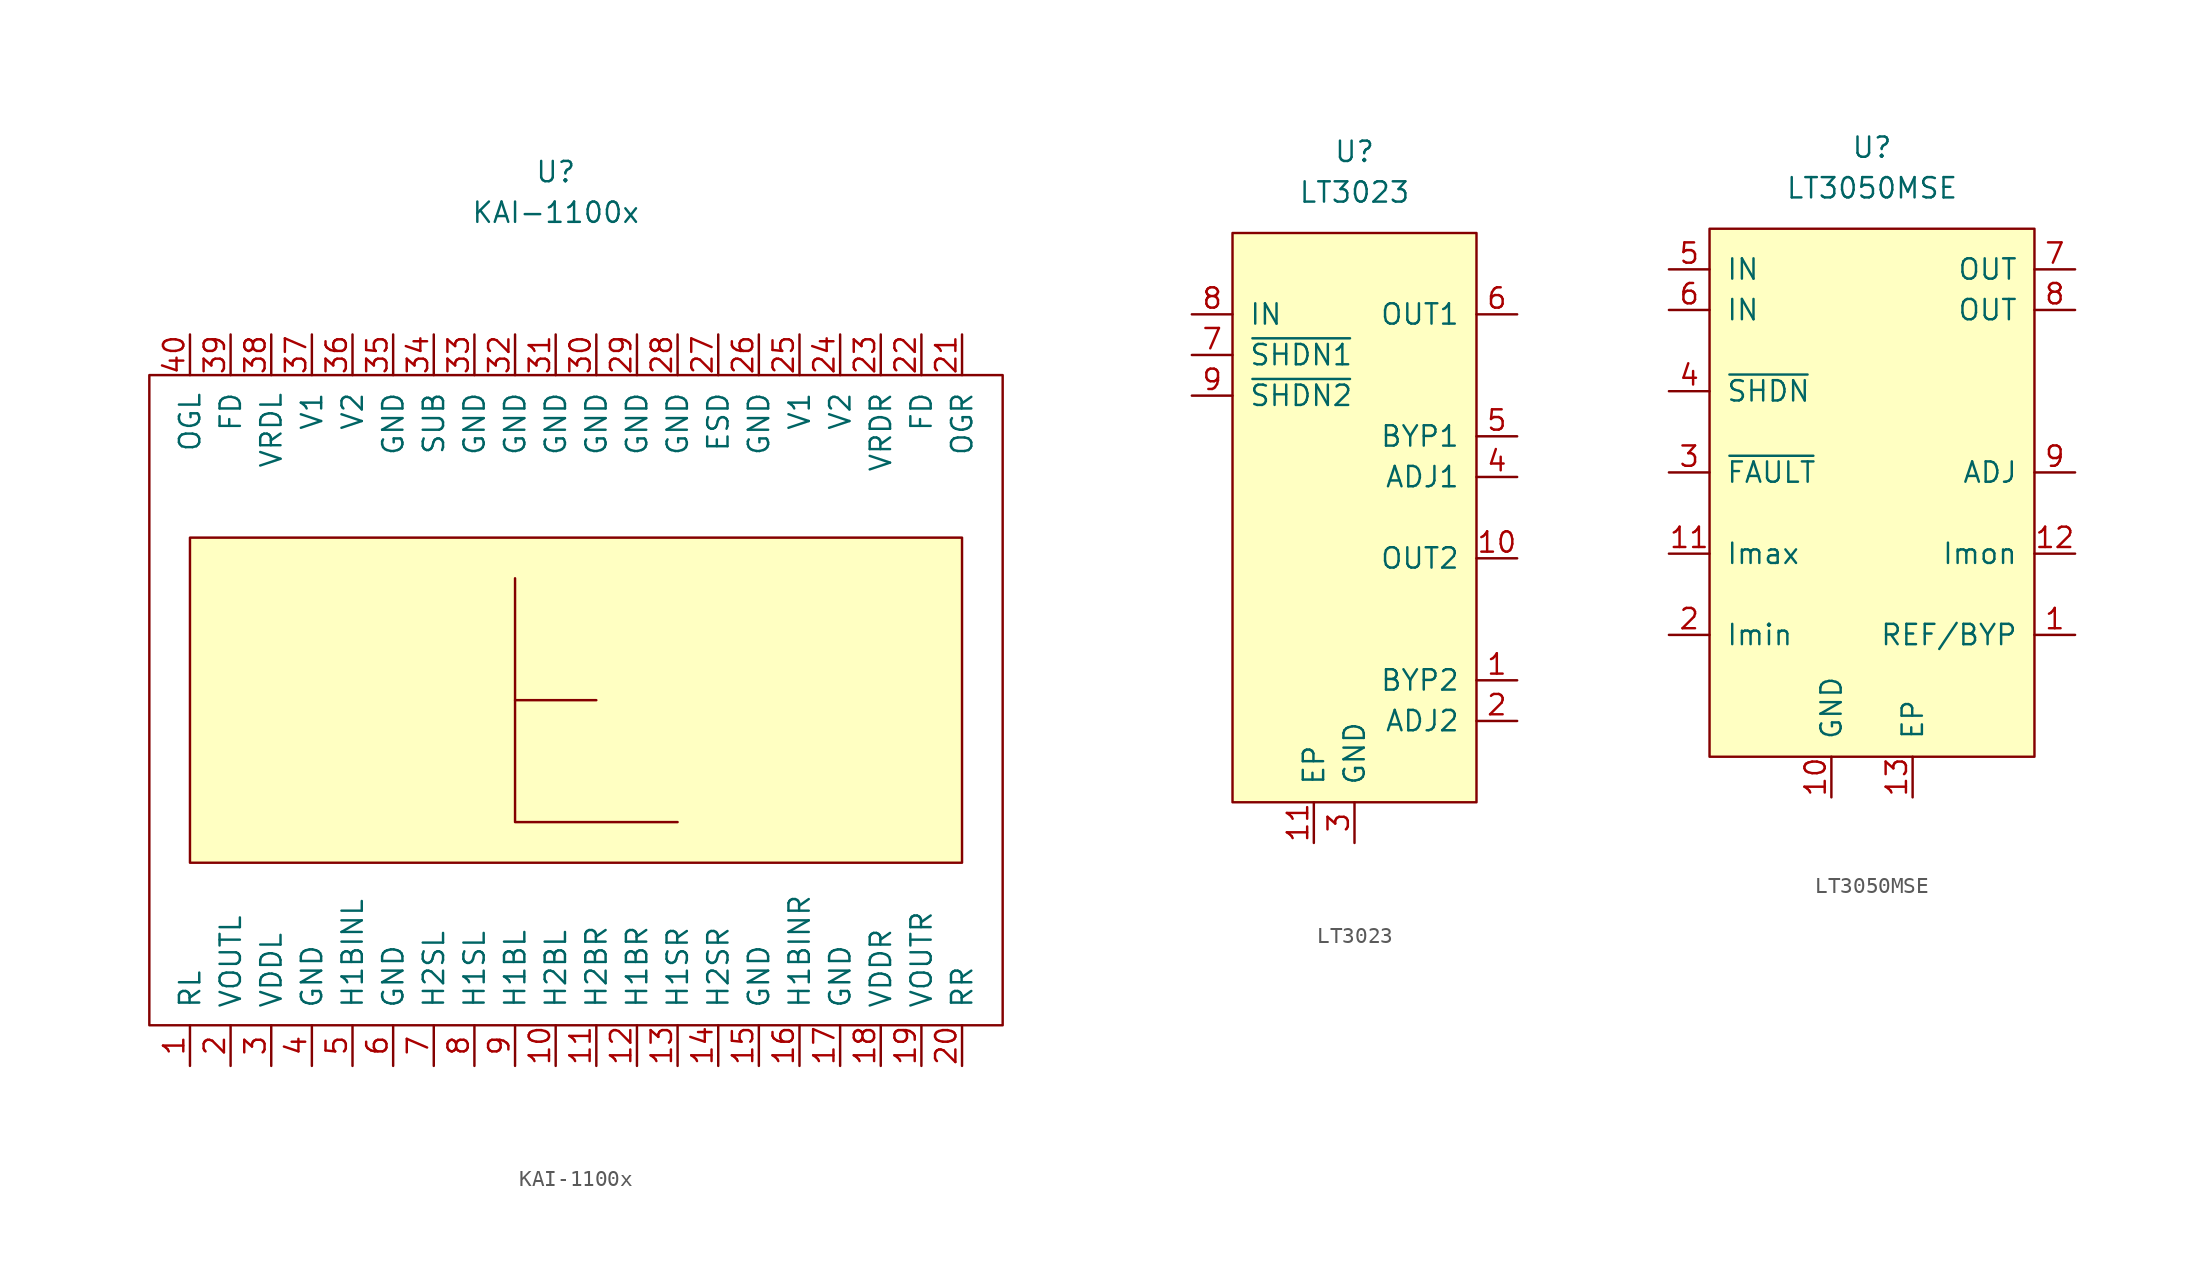
<source format=kicad_sym>
(kicad_symbol_lib
  (version 20210619)
  (generator kicad_symbol_editor)
  (symbol "symbols:KAI-1100x"
    (pin_names
      (offset 1.016))
    (property "Reference" "U"
      (at 0 0 0)
      (effects (font (size 1.27 1.27))))
    (property "Value" "KAI-1100x"
      (at 0 -2.54 0)
      (effects (font (size 1.27 1.27))))
    (symbol "KAI-1100x_0_1"
      (rectangle (start 27.94 -53.34) (end -25.4 -12.7) (stroke (width 0)) (fill (type none)))
      (rectangle (start -22.86 -22.86) (end 25.4 -43.18) (stroke (width 0)) (fill (type background)))
      (polyline (pts (xy 2.54 -33.02) (xy -2.54 -33.02)) (stroke (width 0)) (fill (type background)))
      (polyline (pts (xy 7.62 -40.64) (xy -2.54 -40.64) (xy -2.54 -25.4)) (stroke (width 0)) (fill (type background))))
    (symbol "KAI-1100x_1_1"
      (pin input line (at -22.86 -55.88 90) (length 2.54) (name "RL" (effects (font (size 1.27 1.27)))) (number "1" (effects (font (size 1.27 1.27)))))
      (pin input line (at 0 -55.88 90) (length 2.54) (name "H2BL" (effects (font (size 1.27 1.27)))) (number "10" (effects (font (size 1.27 1.27)))))
      (pin input line (at 2.54 -55.88 90) (length 2.54) (name "H2BR" (effects (font (size 1.27 1.27)))) (number "11" (effects (font (size 1.27 1.27)))))
      (pin input line (at 5.08 -55.88 90) (length 2.54) (name "H1BR" (effects (font (size 1.27 1.27)))) (number "12" (effects (font (size 1.27 1.27)))))
      (pin input line (at 7.62 -55.88 90) (length 2.54) (name "H1SR" (effects (font (size 1.27 1.27)))) (number "13" (effects (font (size 1.27 1.27)))))
      (pin input line (at 10.16 -55.88 90) (length 2.54) (name "H2SR" (effects (font (size 1.27 1.27)))) (number "14" (effects (font (size 1.27 1.27)))))
      (pin input line (at 12.7 -55.88 90) (length 2.54) (name "GND" (effects (font (size 1.27 1.27)))) (number "15" (effects (font (size 1.27 1.27)))))
      (pin input line (at 15.24 -55.88 90) (length 2.54) (name "H1BINR" (effects (font (size 1.27 1.27)))) (number "16" (effects (font (size 1.27 1.27)))))
      (pin input line (at 17.78 -55.88 90) (length 2.54) (name "GND" (effects (font (size 1.27 1.27)))) (number "17" (effects (font (size 1.27 1.27)))))
      (pin input line (at 20.32 -55.88 90) (length 2.54) (name "VDDR" (effects (font (size 1.27 1.27)))) (number "18" (effects (font (size 1.27 1.27)))))
      (pin input line (at 22.86 -55.88 90) (length 2.54) (name "VOUTR" (effects (font (size 1.27 1.27)))) (number "19" (effects (font (size 1.27 1.27)))))
      (pin input line (at -20.32 -55.88 90) (length 2.54) (name "VOUTL" (effects (font (size 1.27 1.27)))) (number "2" (effects (font (size 1.27 1.27)))))
      (pin input line (at 25.4 -55.88 90) (length 2.54) (name "RR" (effects (font (size 1.27 1.27)))) (number "20" (effects (font (size 1.27 1.27)))))
      (pin input line (at 25.4 -10.16 270) (length 2.54) (name "OGR" (effects (font (size 1.27 1.27)))) (number "21" (effects (font (size 1.27 1.27)))))
      (pin input line (at 22.86 -10.16 270) (length 2.54) (name "FD" (effects (font (size 1.27 1.27)))) (number "22" (effects (font (size 1.27 1.27)))))
      (pin input line (at 20.32 -10.16 270) (length 2.54) (name "VRDR" (effects (font (size 1.27 1.27)))) (number "23" (effects (font (size 1.27 1.27)))))
      (pin input line (at 17.78 -10.16 270) (length 2.54) (name "V2" (effects (font (size 1.27 1.27)))) (number "24" (effects (font (size 1.27 1.27)))))
      (pin input line (at 15.24 -10.16 270) (length 2.54) (name "V1" (effects (font (size 1.27 1.27)))) (number "25" (effects (font (size 1.27 1.27)))))
      (pin input line (at 12.7 -10.16 270) (length 2.54) (name "GND" (effects (font (size 1.27 1.27)))) (number "26" (effects (font (size 1.27 1.27)))))
      (pin input line (at 10.16 -10.16 270) (length 2.54) (name "ESD" (effects (font (size 1.27 1.27)))) (number "27" (effects (font (size 1.27 1.27)))))
      (pin input line (at 7.62 -10.16 270) (length 2.54) (name "GND" (effects (font (size 1.27 1.27)))) (number "28" (effects (font (size 1.27 1.27)))))
      (pin input line (at 5.08 -10.16 270) (length 2.54) (name "GND" (effects (font (size 1.27 1.27)))) (number "29" (effects (font (size 1.27 1.27)))))
      (pin input line (at -17.78 -55.88 90) (length 2.54) (name "VDDL" (effects (font (size 1.27 1.27)))) (number "3" (effects (font (size 1.27 1.27)))))
      (pin input line (at 2.54 -10.16 270) (length 2.54) (name "GND" (effects (font (size 1.27 1.27)))) (number "30" (effects (font (size 1.27 1.27)))))
      (pin input line (at 0 -10.16 270) (length 2.54) (name "GND" (effects (font (size 1.27 1.27)))) (number "31" (effects (font (size 1.27 1.27)))))
      (pin input line (at -2.54 -10.16 270) (length 2.54) (name "GND" (effects (font (size 1.27 1.27)))) (number "32" (effects (font (size 1.27 1.27)))))
      (pin input line (at -5.08 -10.16 270) (length 2.54) (name "GND" (effects (font (size 1.27 1.27)))) (number "33" (effects (font (size 1.27 1.27)))))
      (pin input line (at -7.62 -10.16 270) (length 2.54) (name "SUB" (effects (font (size 1.27 1.27)))) (number "34" (effects (font (size 1.27 1.27)))))
      (pin input line (at -10.16 -10.16 270) (length 2.54) (name "GND" (effects (font (size 1.27 1.27)))) (number "35" (effects (font (size 1.27 1.27)))))
      (pin input line (at -12.7 -10.16 270) (length 2.54) (name "V2" (effects (font (size 1.27 1.27)))) (number "36" (effects (font (size 1.27 1.27)))))
      (pin input line (at -15.24 -10.16 270) (length 2.54) (name "V1" (effects (font (size 1.27 1.27)))) (number "37" (effects (font (size 1.27 1.27)))))
      (pin input line (at -17.78 -10.16 270) (length 2.54) (name "VRDL" (effects (font (size 1.27 1.27)))) (number "38" (effects (font (size 1.27 1.27)))))
      (pin input line (at -20.32 -10.16 270) (length 2.54) (name "FD" (effects (font (size 1.27 1.27)))) (number "39" (effects (font (size 1.27 1.27)))))
      (pin input line (at -15.24 -55.88 90) (length 2.54) (name "GND" (effects (font (size 1.27 1.27)))) (number "4" (effects (font (size 1.27 1.27)))))
      (pin input line (at -22.86 -10.16 270) (length 2.54) (name "OGL" (effects (font (size 1.27 1.27)))) (number "40" (effects (font (size 1.27 1.27)))))
      (pin input line (at -12.7 -55.88 90) (length 2.54) (name "H1BINL" (effects (font (size 1.27 1.27)))) (number "5" (effects (font (size 1.27 1.27)))))
      (pin input line (at -10.16 -55.88 90) (length 2.54) (name "GND" (effects (font (size 1.27 1.27)))) (number "6" (effects (font (size 1.27 1.27)))))
      (pin input line (at -7.62 -55.88 90) (length 2.54) (name "H2SL" (effects (font (size 1.27 1.27)))) (number "7" (effects (font (size 1.27 1.27)))))
      (pin input line (at -5.08 -55.88 90) (length 2.54) (name "H1SL" (effects (font (size 1.27 1.27)))) (number "8" (effects (font (size 1.27 1.27)))))
      (pin input line (at -2.54 -55.88 90) (length 2.54) (name "H1BL" (effects (font (size 1.27 1.27)))) (number "9" (effects (font (size 1.27 1.27)))))))
  (symbol "symbols:LT3023"
    (pin_names
      (offset 1.016))
    (property "Reference" "U"
      (at 0 0 0)
      (effects (font (size 1.27 1.27))))
    (property "Value" "LT3023"
      (at 0 -2.54 0)
      (effects (font (size 1.27 1.27))))
    (symbol "LT3023_0_1"
      (rectangle (start -7.62 -5.08) (end 7.62 -40.64) (stroke (width 0)) (fill (type background))))
    (symbol "LT3023_1_1"
      (pin input line (at 10.16 -33.02 180) (length 2.54) (name "BYP2" (effects (font (size 1.27 1.27)))) (number "1" (effects (font (size 1.27 1.27)))))
      (pin power_out line (at 10.16 -25.4 180) (length 2.54) (name "OUT2" (effects (font (size 1.27 1.27)))) (number "10" (effects (font (size 1.27 1.27)))))
      (pin power_in line (at -2.54 -43.18 90) (length 2.54) (name "EP" (effects (font (size 1.27 1.27)))) (number "11" (effects (font (size 1.27 1.27)))))
      (pin input line (at 10.16 -35.56 180) (length 2.54) (name "ADJ2" (effects (font (size 1.27 1.27)))) (number "2" (effects (font (size 1.27 1.27)))))
      (pin power_in line (at 0 -43.18 90) (length 2.54) (name "GND" (effects (font (size 1.27 1.27)))) (number "3" (effects (font (size 1.27 1.27)))))
      (pin input line (at 10.16 -20.32 180) (length 2.54) (name "ADJ1" (effects (font (size 1.27 1.27)))) (number "4" (effects (font (size 1.27 1.27)))))
      (pin input line (at 10.16 -17.78 180) (length 2.54) (name "BYP1" (effects (font (size 1.27 1.27)))) (number "5" (effects (font (size 1.27 1.27)))))
      (pin power_out line (at 10.16 -10.16 180) (length 2.54) (name "OUT1" (effects (font (size 1.27 1.27)))) (number "6" (effects (font (size 1.27 1.27)))))
      (pin input line (at -10.16 -12.7 0) (length 2.54) (name "~{SHDN1}" (effects (font (size 1.27 1.27)))) (number "7" (effects (font (size 1.27 1.27)))))
      (pin power_in line (at -10.16 -10.16 0) (length 2.54) (name "IN" (effects (font (size 1.27 1.27)))) (number "8" (effects (font (size 1.27 1.27)))))
      (pin input line (at -10.16 -15.24 0) (length 2.54) (name "~{SHDN2}" (effects (font (size 1.27 1.27)))) (number "9" (effects (font (size 1.27 1.27)))))))
  (symbol "symbols:LT3050MSE"
    (pin_names
      (offset 1.016))
    (property "Reference" "U"
      (at 0 0 0)
      (effects (font (size 1.27 1.27))))
    (property "Value" "LT3050MSE"
      (at 0 -2.54 0)
      (effects (font (size 1.27 1.27))))
    (symbol "LT3050MSE_0_1"
      (rectangle (start -10.16 -5.08) (end 10.16 -38.1) (stroke (width 0)) (fill (type background))))
    (symbol "LT3050MSE_1_1"
      (pin input line (at 12.7 -30.48 180) (length 2.54) (name "REF/BYP" (effects (font (size 1.27 1.27)))) (number "1" (effects (font (size 1.27 1.27)))))
      (pin input line (at -2.54 -40.64 90) (length 2.54) (name "GND" (effects (font (size 1.27 1.27)))) (number "10" (effects (font (size 1.27 1.27)))))
      (pin input line (at -12.7 -25.4 0) (length 2.54) (name "Imax" (effects (font (size 1.27 1.27)))) (number "11" (effects (font (size 1.27 1.27)))))
      (pin input line (at 12.7 -25.4 180) (length 2.54) (name "Imon" (effects (font (size 1.27 1.27)))) (number "12" (effects (font (size 1.27 1.27)))))
      (pin input line (at 2.54 -40.64 90) (length 2.54) (name "EP" (effects (font (size 1.27 1.27)))) (number "13" (effects (font (size 1.27 1.27)))))
      (pin input line (at -12.7 -30.48 0) (length 2.54) (name "Imin" (effects (font (size 1.27 1.27)))) (number "2" (effects (font (size 1.27 1.27)))))
      (pin input line (at -12.7 -20.32 0) (length 2.54) (name "~{FAULT}" (effects (font (size 1.27 1.27)))) (number "3" (effects (font (size 1.27 1.27)))))
      (pin input line (at -12.7 -15.24 0) (length 2.54) (name "~{SHDN}" (effects (font (size 1.27 1.27)))) (number "4" (effects (font (size 1.27 1.27)))))
      (pin input line (at -12.7 -7.62 0) (length 2.54) (name "IN" (effects (font (size 1.27 1.27)))) (number "5" (effects (font (size 1.27 1.27)))))
      (pin input line (at -12.7 -10.16 0) (length 2.54) (name "IN" (effects (font (size 1.27 1.27)))) (number "6" (effects (font (size 1.27 1.27)))))
      (pin output line (at 12.7 -7.62 180) (length 2.54) (name "OUT" (effects (font (size 1.27 1.27)))) (number "7" (effects (font (size 1.27 1.27)))))
      (pin output line (at 12.7 -10.16 180) (length 2.54) (name "OUT" (effects (font (size 1.27 1.27)))) (number "8" (effects (font (size 1.27 1.27)))))
      (pin input line (at 12.7 -20.32 180) (length 2.54) (name "ADJ" (effects (font (size 1.27 1.27)))) (number "9" (effects (font (size 1.27 1.27))))))))
</source>
